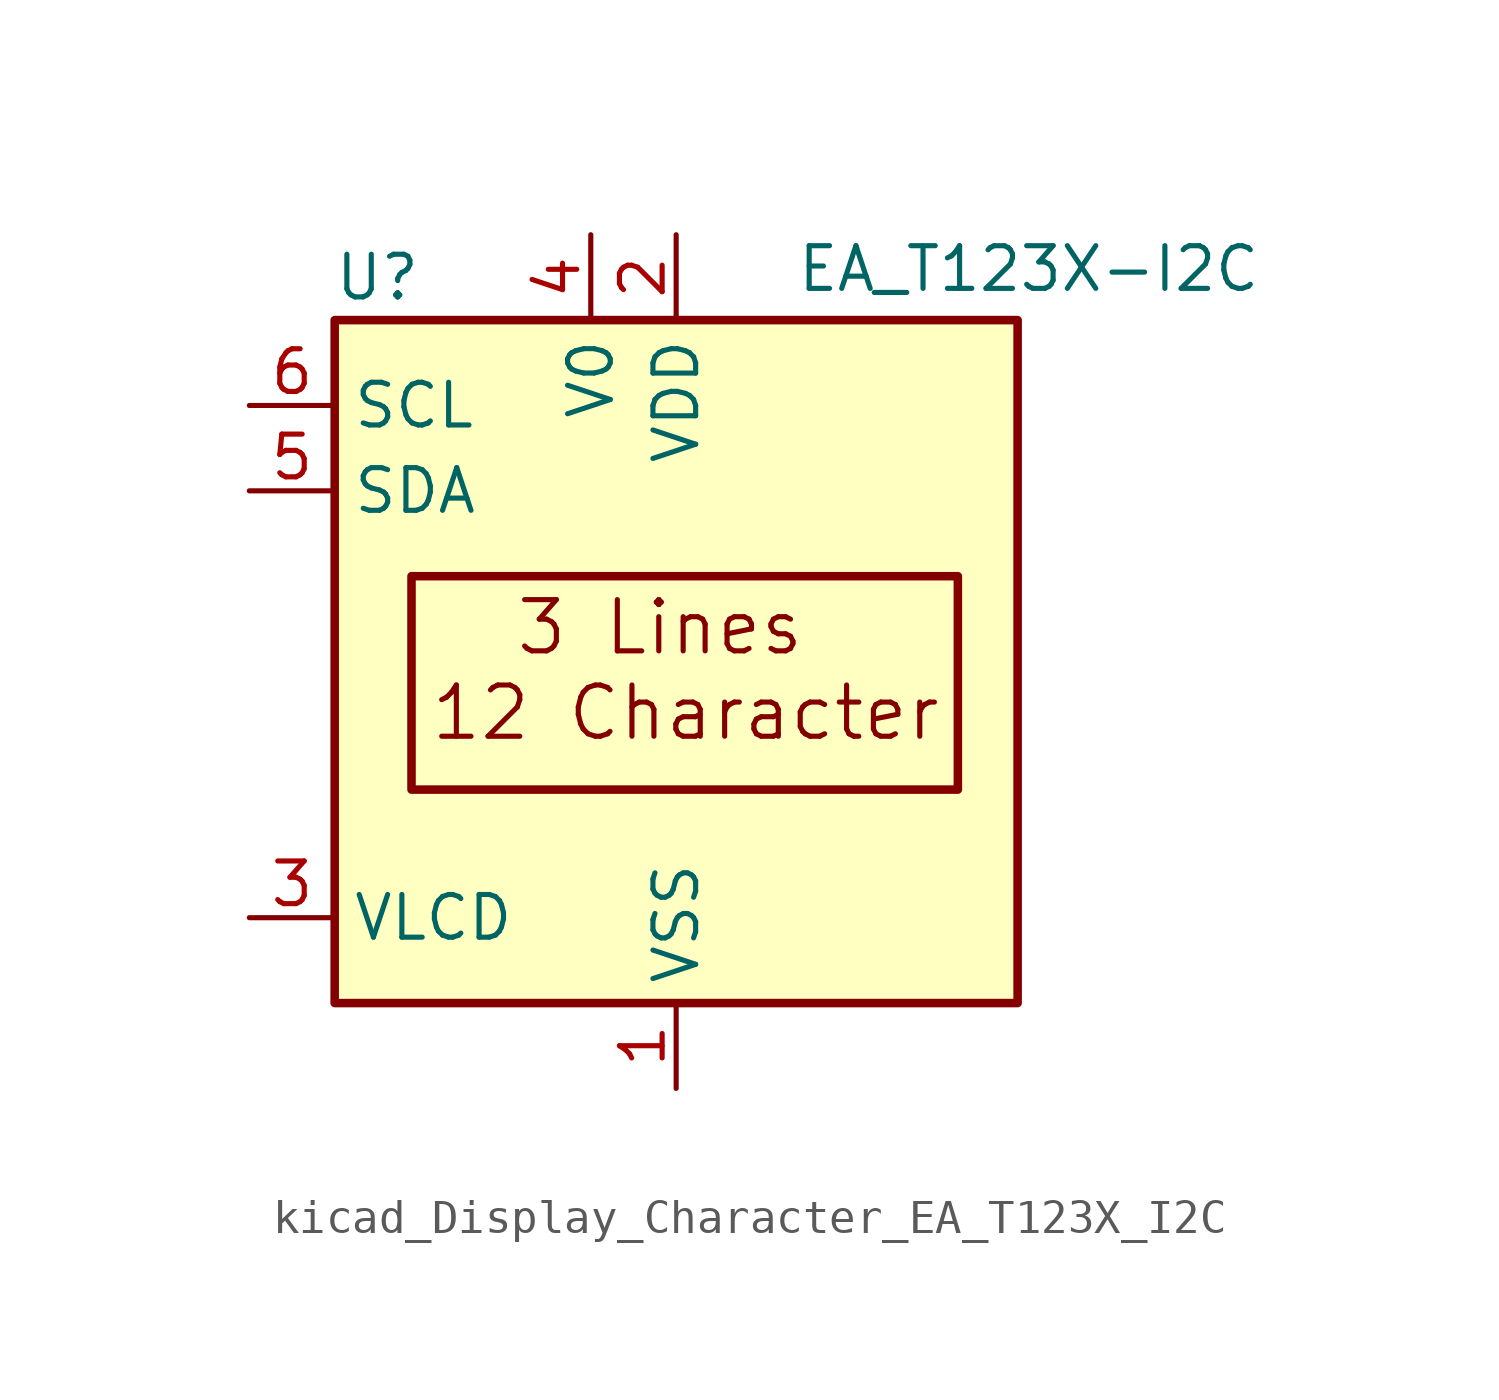
<source format=kicad_sym>
(kicad_symbol_lib
  (version 20220914)
  (generator kicad_symbol_editor)
  (symbol "kicad_Display_Character_EA_T123X_I2C"
    (property "Reference" "U"
      (at -8.89 11.43 0)
      (effects (font (size 1.27 1.27))))
    (property "Value" "EA_T123X-I2C"
      (at 3.556 11.684 0)
      (effects (font (size 1.27 1.27)) (justify left)))
    (symbol "kicad_Display_Character_EA_T123X_I2C_0_0"
      (rectangle (start -7.874 2.54) (end 8.382 -3.81) (stroke (width 0.254) (type default)) (fill (type none)))
      (text "12 Character" (at -7.366 -1.524 0) (effects (font (size 1.524 1.524)) (justify left)))
      (text "3 Lines" (at -4.826 1.016 0) (effects (font (size 1.524 1.524)) (justify left))))
    (symbol "kicad_Display_Character_EA_T123X_I2C_0_1"
      (rectangle (start -10.16 10.16) (end 10.16 -10.16) (stroke (width 0.254) (type default)) (fill (type background))))
    (symbol "kicad_Display_Character_EA_T123X_I2C_1_1"
      (pin power_in line (at 0 -12.7 90) (length 2.54) (name "VSS" (effects (font (size 1.27 1.27)))) (number "1" (effects (font (size 1.27 1.27)))))
      (pin power_in line (at 0 12.7 270) (length 2.54) (name "VDD" (effects (font (size 1.27 1.27)))) (number "2" (effects (font (size 1.27 1.27)))))
      (pin input line (at -12.7 -7.62 0) (length 2.54) (name "VLCD" (effects (font (size 1.27 1.27)))) (number "3" (effects (font (size 1.27 1.27)))))
      (pin power_in line (at -2.54 12.7 270) (length 2.54) (name "V0" (effects (font (size 1.27 1.27)))) (number "4" (effects (font (size 1.27 1.27)))))
      (pin bidirectional line (at -12.7 5.08 0) (length 2.54) (name "SDA" (effects (font (size 1.27 1.27)))) (number "5" (effects (font (size 1.27 1.27)))))
      (pin input line (at -12.7 7.62 0) (length 2.54) (name "SCL" (effects (font (size 1.27 1.27)))) (number "6" (effects (font (size 1.27 1.27))))))))
</source>
